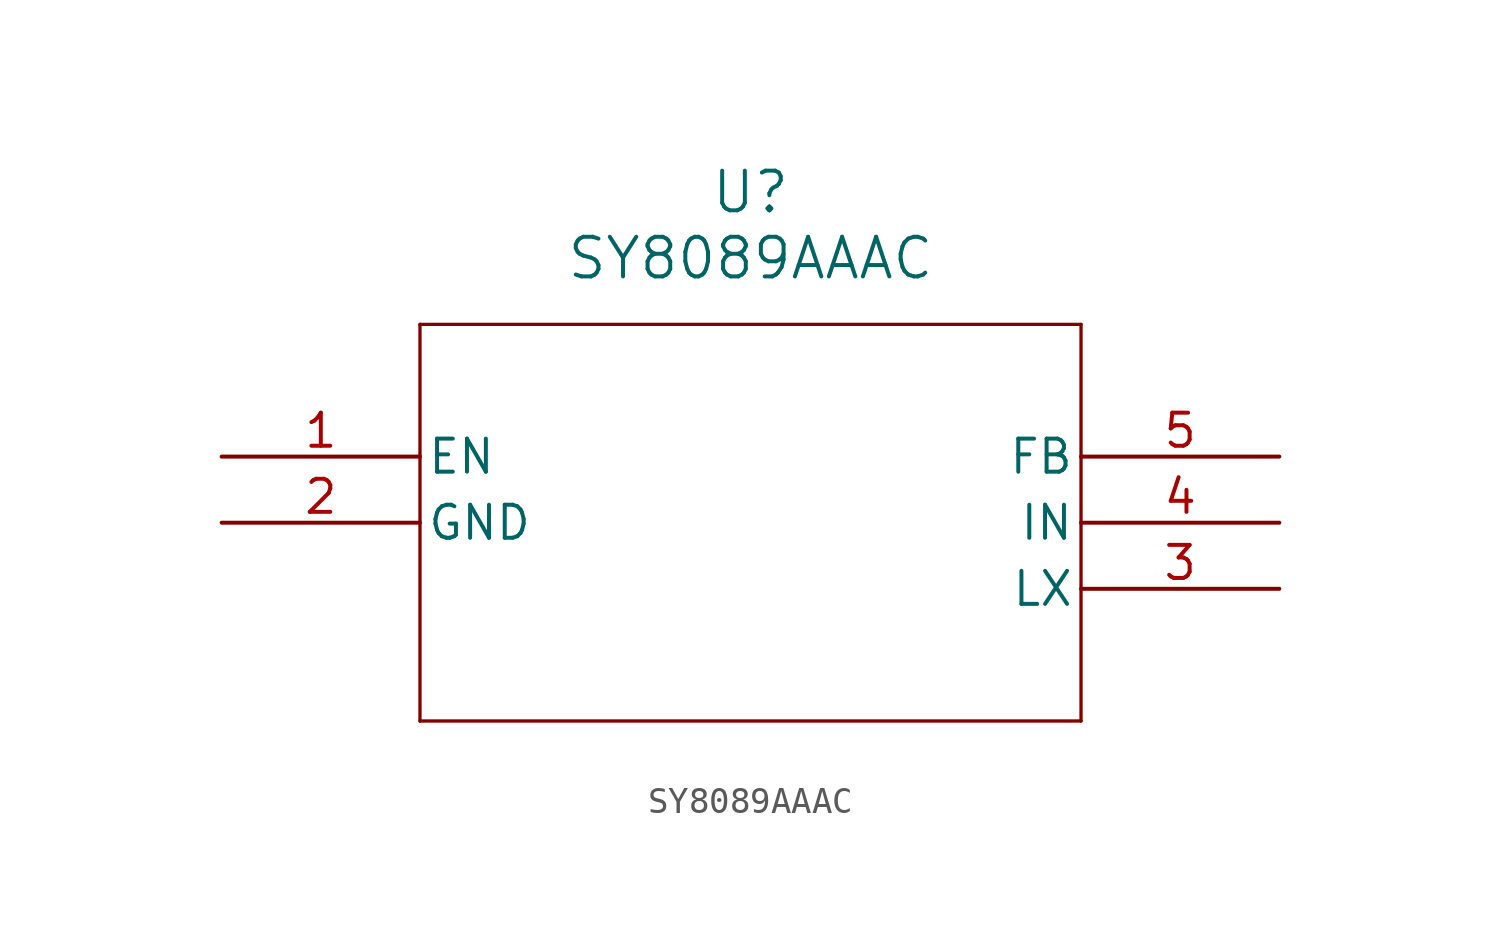
<source format=kicad_sym>
(kicad_symbol_lib
  (version 20211014)
  (generator kicad_symbol_editor)
  (symbol "SY8089AAAC"
    (pin_names
      (offset 0.254))
    (property "Reference" "U"
      (at 20.32 10.16 0)
      (effects (font (size 1.524 1.524))))
    (property "Value" "SY8089AAAC"
      (at 20.32 7.62 0)
      (effects (font (size 1.524 1.524))))
    (symbol "SY8089AAAC_0_1"
      (polyline (pts (xy 7.62 5.08) (xy 7.62 -10.16)) (stroke (width 0.127) (type default) (color 0 0 0 0)) (fill (type none)))
      (polyline (pts (xy 7.62 -10.16) (xy 33.02 -10.16)) (stroke (width 0.127) (type default) (color 0 0 0 0)) (fill (type none)))
      (polyline (pts (xy 33.02 -10.16) (xy 33.02 5.08)) (stroke (width 0.127) (type default) (color 0 0 0 0)) (fill (type none)))
      (polyline (pts (xy 33.02 5.08) (xy 7.62 5.08)) (stroke (width 0.127) (type default) (color 0 0 0 0)) (fill (type none)))
      (pin input line (at 0 0 0) (length 7.62) (name "EN" (effects (font (size 1.27 1.27)))) (number "1" (effects (font (size 1.27 1.27)))))
      (pin power_out line (at 0 -2.54 0) (length 7.62) (name "GND" (effects (font (size 1.27 1.27)))) (number "2" (effects (font (size 1.27 1.27)))))
      (pin unspecified line (at 40.64 -5.08 180) (length 7.62) (name "LX" (effects (font (size 1.27 1.27)))) (number "3" (effects (font (size 1.27 1.27)))))
      (pin input line (at 40.64 -2.54 180) (length 7.62) (name "IN" (effects (font (size 1.27 1.27)))) (number "4" (effects (font (size 1.27 1.27)))))
      (pin output line (at 40.64 0 180) (length 7.62) (name "FB" (effects (font (size 1.27 1.27)))) (number "5" (effects (font (size 1.27 1.27))))))))
</source>
